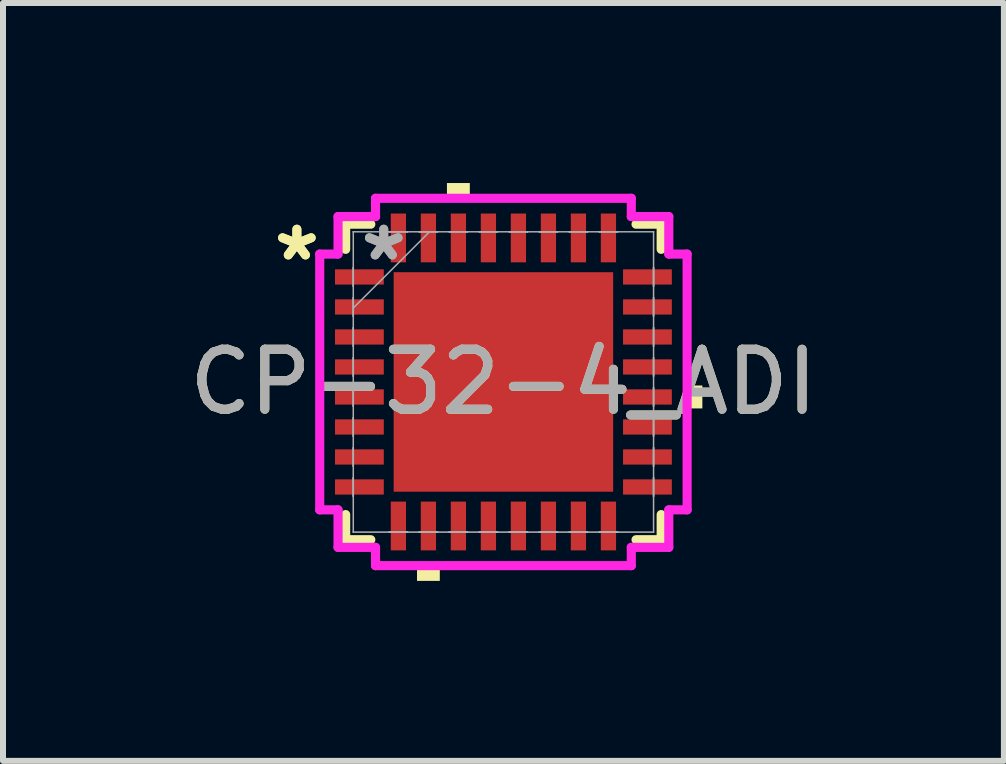
<source format=kicad_pcb>
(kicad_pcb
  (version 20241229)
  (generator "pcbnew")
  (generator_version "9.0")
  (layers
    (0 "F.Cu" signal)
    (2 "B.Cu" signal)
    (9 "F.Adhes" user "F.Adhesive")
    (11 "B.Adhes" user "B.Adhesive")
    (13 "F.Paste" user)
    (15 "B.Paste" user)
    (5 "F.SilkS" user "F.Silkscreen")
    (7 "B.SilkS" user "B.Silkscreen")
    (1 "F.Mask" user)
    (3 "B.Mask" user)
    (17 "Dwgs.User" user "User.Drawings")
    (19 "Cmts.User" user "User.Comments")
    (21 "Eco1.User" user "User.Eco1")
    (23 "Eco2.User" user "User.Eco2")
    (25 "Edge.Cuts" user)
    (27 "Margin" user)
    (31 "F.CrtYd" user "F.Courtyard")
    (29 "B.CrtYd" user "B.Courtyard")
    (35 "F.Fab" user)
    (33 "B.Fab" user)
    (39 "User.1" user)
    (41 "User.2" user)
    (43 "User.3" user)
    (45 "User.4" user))
  (footprint "CP-32-4_ADI"
    (layer "F.Cu")
    (at 5.339 3.315)
    (property "Reference" "CP-32-4_ADI" (at 0 0 0) (unlocked yes) (layer "F.SilkS") (effects (font (size 1 1) (thickness 0.15))))
    (attr smd)
    (fp_line (start -2.629 -2.629) (end -2.629 -2.21) (stroke (width 0.152) (type solid)) (layer "F.SilkS"))
    (fp_line (start -2.629 2.21) (end -2.629 2.629) (stroke (width 0.152) (type solid)) (layer "F.SilkS"))
    (fp_line (start -2.629 2.629) (end -2.21 2.629) (stroke (width 0.152) (type solid)) (layer "F.SilkS"))
    (fp_line (start -2.21 -2.629) (end -2.629 -2.629) (stroke (width 0.152) (type solid)) (layer "F.SilkS"))
    (fp_line (start 2.21 2.629) (end 2.629 2.629) (stroke (width 0.152) (type solid)) (layer "F.SilkS"))
    (fp_line (start 2.629 -2.629) (end 2.21 -2.629) (stroke (width 0.152) (type solid)) (layer "F.SilkS"))
    (fp_line (start 2.629 -2.21) (end 2.629 -2.629) (stroke (width 0.152) (type solid)) (layer "F.SilkS"))
    (fp_line (start 2.629 2.629) (end 2.629 2.21) (stroke (width 0.152) (type solid)) (layer "F.SilkS"))
    (fp_poly (pts (xy -1.44 3.061) (xy -1.44 3.315) (xy -1.06 3.315) (xy -1.06 3.061)) (stroke (width 0) (type solid)) (fill yes) (layer "F.SilkS"))
    (fp_poly (pts (xy -0.941 -3.061) (xy -0.941 -3.315) (xy -0.56 -3.315) (xy -0.56 -3.061)) (stroke (width 0) (type solid)) (fill yes) (layer "F.SilkS"))
    (fp_poly (pts (xy 3.315 0.059) (xy 3.315 0.441) (xy 3.061 0.441) (xy 3.061 0.059)) (stroke (width 0) (type solid)) (fill yes) (layer "F.SilkS"))
    (fp_poly (pts (xy -1.729 -1.729) (xy -1.729 -0.1) (xy -0.1 -0.1) (xy -0.1 -1.729)) (stroke (width 0) (type solid)) (fill yes) (layer "F.Paste"))
    (fp_poly (pts (xy -1.729 0.1) (xy -1.729 1.729) (xy -0.1 1.729) (xy -0.1 0.1)) (stroke (width 0) (type solid)) (fill yes) (layer "F.Paste"))
    (fp_poly (pts (xy 0.1 -1.729) (xy 0.1 -0.1) (xy 1.729 -0.1) (xy 1.729 -1.729)) (stroke (width 0) (type solid)) (fill yes) (layer "F.Paste"))
    (fp_poly (pts (xy 0.1 0.1) (xy 0.1 1.729) (xy 1.729 1.729) (xy 1.729 0.1)) (stroke (width 0) (type solid)) (fill yes) (layer "F.Paste"))
    (fp_line (start -3.061 -2.131) (end -2.756 -2.131) (stroke (width 0.152) (type solid)) (layer "F.CrtYd"))
    (fp_line (start -3.061 2.131) (end -3.061 -2.131) (stroke (width 0.152) (type solid)) (layer "F.CrtYd"))
    (fp_line (start -2.756 -2.756) (end -2.131 -2.756) (stroke (width 0.152) (type solid)) (layer "F.CrtYd"))
    (fp_line (start -2.756 -2.131) (end -2.756 -2.756) (stroke (width 0.152) (type solid)) (layer "F.CrtYd"))
    (fp_line (start -2.756 2.131) (end -3.061 2.131) (stroke (width 0.152) (type solid)) (layer "F.CrtYd"))
    (fp_line (start -2.756 2.756) (end -2.756 2.131) (stroke (width 0.152) (type solid)) (layer "F.CrtYd"))
    (fp_line (start -2.131 -3.061) (end 2.131 -3.061) (stroke (width 0.152) (type solid)) (layer "F.CrtYd"))
    (fp_line (start -2.131 -2.756) (end -2.131 -3.061) (stroke (width 0.152) (type solid)) (layer "F.CrtYd"))
    (fp_line (start -2.131 2.756) (end -2.756 2.756) (stroke (width 0.152) (type solid)) (layer "F.CrtYd"))
    (fp_line (start -2.131 3.061) (end -2.131 2.756) (stroke (width 0.152) (type solid)) (layer "F.CrtYd"))
    (fp_line (start 2.131 -3.061) (end 2.131 -2.756) (stroke (width 0.152) (type solid)) (layer "F.CrtYd"))
    (fp_line (start 2.131 -2.756) (end 2.756 -2.756) (stroke (width 0.152) (type solid)) (layer "F.CrtYd"))
    (fp_line (start 2.131 2.756) (end 2.131 3.061) (stroke (width 0.152) (type solid)) (layer "F.CrtYd"))
    (fp_line (start 2.131 3.061) (end -2.131 3.061) (stroke (width 0.152) (type solid)) (layer "F.CrtYd"))
    (fp_line (start 2.756 -2.756) (end 2.756 -2.131) (stroke (width 0.152) (type solid)) (layer "F.CrtYd"))
    (fp_line (start 2.756 -2.131) (end 3.061 -2.131) (stroke (width 0.152) (type solid)) (layer "F.CrtYd"))
    (fp_line (start 2.756 2.131) (end 2.756 2.756) (stroke (width 0.152) (type solid)) (layer "F.CrtYd"))
    (fp_line (start 2.756 2.756) (end 2.131 2.756) (stroke (width 0.152) (type solid)) (layer "F.CrtYd"))
    (fp_line (start 3.061 -2.131) (end 3.061 2.131) (stroke (width 0.152) (type solid)) (layer "F.CrtYd"))
    (fp_line (start 3.061 2.131) (end 2.756 2.131) (stroke (width 0.152) (type solid)) (layer "F.CrtYd"))
    (fp_line (start -2.502 -2.502) (end -2.502 -2.502) (stroke (width 0.025) (type solid)) (layer "F.Fab"))
    (fp_line (start -2.502 -2.502) (end -2.502 2.502) (stroke (width 0.025) (type solid)) (layer "F.Fab"))
    (fp_line (start -2.502 -1.902) (end -2.502 -1.902) (stroke (width 0.025) (type solid)) (layer "F.Fab"))
    (fp_line (start -2.502 -1.902) (end -2.502 -1.598) (stroke (width 0.025) (type solid)) (layer "F.Fab"))
    (fp_line (start -2.502 -1.598) (end -2.502 -1.902) (stroke (width 0.025) (type solid)) (layer "F.Fab"))
    (fp_line (start -2.502 -1.598) (end -2.502 -1.598) (stroke (width 0.025) (type solid)) (layer "F.Fab"))
    (fp_line (start -2.502 -1.402) (end -2.502 -1.402) (stroke (width 0.025) (type solid)) (layer "F.Fab"))
    (fp_line (start -2.502 -1.402) (end -2.502 -1.098) (stroke (width 0.025) (type solid)) (layer "F.Fab"))
    (fp_line (start -2.502 -1.232) (end -1.232 -2.502) (stroke (width 0.025) (type solid)) (layer "F.Fab"))
    (fp_line (start -2.502 -1.098) (end -2.502 -1.402) (stroke (width 0.025) (type solid)) (layer "F.Fab"))
    (fp_line (start -2.502 -1.098) (end -2.502 -1.098) (stroke (width 0.025) (type solid)) (layer "F.Fab"))
    (fp_line (start -2.502 -0.902) (end -2.502 -0.902) (stroke (width 0.025) (type solid)) (layer "F.Fab"))
    (fp_line (start -2.502 -0.902) (end -2.502 -0.598) (stroke (width 0.025) (type solid)) (layer "F.Fab"))
    (fp_line (start -2.502 -0.598) (end -2.502 -0.902) (stroke (width 0.025) (type solid)) (layer "F.Fab"))
    (fp_line (start -2.502 -0.598) (end -2.502 -0.598) (stroke (width 0.025) (type solid)) (layer "F.Fab"))
    (fp_line (start -2.502 -0.402) (end -2.502 -0.402) (stroke (width 0.025) (type solid)) (layer "F.Fab"))
    (fp_line (start -2.502 -0.402) (end -2.502 -0.098) (stroke (width 0.025) (type solid)) (layer "F.Fab"))
    (fp_line (start -2.502 -0.098) (end -2.502 -0.402) (stroke (width 0.025) (type solid)) (layer "F.Fab"))
    (fp_line (start -2.502 -0.098) (end -2.502 -0.098) (stroke (width 0.025) (type solid)) (layer "F.Fab"))
    (fp_line (start -2.502 0.098) (end -2.502 0.098) (stroke (width 0.025) (type solid)) (layer "F.Fab"))
    (fp_line (start -2.502 0.098) (end -2.502 0.402) (stroke (width 0.025) (type solid)) (layer "F.Fab"))
    (fp_line (start -2.502 0.402) (end -2.502 0.098) (stroke (width 0.025) (type solid)) (layer "F.Fab"))
    (fp_line (start -2.502 0.402) (end -2.502 0.402) (stroke (width 0.025) (type solid)) (layer "F.Fab"))
    (fp_line (start -2.502 0.598) (end -2.502 0.598) (stroke (width 0.025) (type solid)) (layer "F.Fab"))
    (fp_line (start -2.502 0.598) (end -2.502 0.902) (stroke (width 0.025) (type solid)) (layer "F.Fab"))
    (fp_line (start -2.502 0.902) (end -2.502 0.598) (stroke (width 0.025) (type solid)) (layer "F.Fab"))
    (fp_line (start -2.502 0.902) (end -2.502 0.902) (stroke (width 0.025) (type solid)) (layer "F.Fab"))
    (fp_line (start -2.502 1.098) (end -2.502 1.098) (stroke (width 0.025) (type solid)) (layer "F.Fab"))
    (fp_line (start -2.502 1.098) (end -2.502 1.402) (stroke (width 0.025) (type solid)) (layer "F.Fab"))
    (fp_line (start -2.502 1.402) (end -2.502 1.098) (stroke (width 0.025) (type solid)) (layer "F.Fab"))
    (fp_line (start -2.502 1.402) (end -2.502 1.402) (stroke (width 0.025) (type solid)) (layer "F.Fab"))
    (fp_line (start -2.502 1.598) (end -2.502 1.598) (stroke (width 0.025) (type solid)) (layer "F.Fab"))
    (fp_line (start -2.502 1.598) (end -2.502 1.902) (stroke (width 0.025) (type solid)) (layer "F.Fab"))
    (fp_line (start -2.502 1.902) (end -2.502 1.598) (stroke (width 0.025) (type solid)) (layer "F.Fab"))
    (fp_line (start -2.502 1.902) (end -2.502 1.902) (stroke (width 0.025) (type solid)) (layer "F.Fab"))
    (fp_line (start -2.502 2.502) (end -2.502 2.502) (stroke (width 0.025) (type solid)) (layer "F.Fab"))
    (fp_line (start -2.502 2.502) (end 2.502 2.502) (stroke (width 0.025) (type solid)) (layer "F.Fab"))
    (fp_line (start -1.902 -2.502) (end -1.902 -2.502) (stroke (width 0.025) (type solid)) (layer "F.Fab"))
    (fp_line (start -1.902 -2.502) (end -1.598 -2.502) (stroke (width 0.025) (type solid)) (layer "F.Fab"))
    (fp_line (start -1.902 2.502) (end -1.902 2.502) (stroke (width 0.025) (type solid)) (layer "F.Fab"))
    (fp_line (start -1.902 2.502) (end -1.598 2.502) (stroke (width 0.025) (type solid)) (layer "F.Fab"))
    (fp_line (start -1.598 -2.502) (end -1.902 -2.502) (stroke (width 0.025) (type solid)) (layer "F.Fab"))
    (fp_line (start -1.598 -2.502) (end -1.598 -2.502) (stroke (width 0.025) (type solid)) (layer "F.Fab"))
    (fp_line (start -1.598 2.502) (end -1.902 2.502) (stroke (width 0.025) (type solid)) (layer "F.Fab"))
    (fp_line (start -1.598 2.502) (end -1.598 2.502) (stroke (width 0.025) (type solid)) (layer "F.Fab"))
    (fp_line (start -1.402 -2.502) (end -1.402 -2.502) (stroke (width 0.025) (type solid)) (layer "F.Fab"))
    (fp_line (start -1.402 -2.502) (end -1.098 -2.502) (stroke (width 0.025) (type solid)) (layer "F.Fab"))
    (fp_line (start -1.402 2.502) (end -1.402 2.502) (stroke (width 0.025) (type solid)) (layer "F.Fab"))
    (fp_line (start -1.402 2.502) (end -1.098 2.502) (stroke (width 0.025) (type solid)) (layer "F.Fab"))
    (fp_line (start -1.098 -2.502) (end -1.402 -2.502) (stroke (width 0.025) (type solid)) (layer "F.Fab"))
    (fp_line (start -1.098 -2.502) (end -1.098 -2.502) (stroke (width 0.025) (type solid)) (layer "F.Fab"))
    (fp_line (start -1.098 2.502) (end -1.402 2.502) (stroke (width 0.025) (type solid)) (layer "F.Fab"))
    (fp_line (start -1.098 2.502) (end -1.098 2.502) (stroke (width 0.025) (type solid)) (layer "F.Fab"))
    (fp_line (start -0.902 -2.502) (end -0.902 -2.502) (stroke (width 0.025) (type solid)) (layer "F.Fab"))
    (fp_line (start -0.902 -2.502) (end -0.598 -2.502) (stroke (width 0.025) (type solid)) (layer "F.Fab"))
    (fp_line (start -0.902 2.502) (end -0.902 2.502) (stroke (width 0.025) (type solid)) (layer "F.Fab"))
    (fp_line (start -0.902 2.502) (end -0.598 2.502) (stroke (width 0.025) (type solid)) (layer "F.Fab"))
    (fp_line (start -0.598 -2.502) (end -0.902 -2.502) (stroke (width 0.025) (type solid)) (layer "F.Fab"))
    (fp_line (start -0.598 -2.502) (end -0.598 -2.502) (stroke (width 0.025) (type solid)) (layer "F.Fab"))
    (fp_line (start -0.598 2.502) (end -0.902 2.502) (stroke (width 0.025) (type solid)) (layer "F.Fab"))
    (fp_line (start -0.598 2.502) (end -0.598 2.502) (stroke (width 0.025) (type solid)) (layer "F.Fab"))
    (fp_line (start -0.402 -2.502) (end -0.402 -2.502) (stroke (width 0.025) (type solid)) (layer "F.Fab"))
    (fp_line (start -0.402 -2.502) (end -0.098 -2.502) (stroke (width 0.025) (type solid)) (layer "F.Fab"))
    (fp_line (start -0.402 2.502) (end -0.402 2.502) (stroke (width 0.025) (type solid)) (layer "F.Fab"))
    (fp_line (start -0.402 2.502) (end -0.098 2.502) (stroke (width 0.025) (type solid)) (layer "F.Fab"))
    (fp_line (start -0.098 -2.502) (end -0.402 -2.502) (stroke (width 0.025) (type solid)) (layer "F.Fab"))
    (fp_line (start -0.098 -2.502) (end -0.098 -2.502) (stroke (width 0.025) (type solid)) (layer "F.Fab"))
    (fp_line (start -0.098 2.502) (end -0.402 2.502) (stroke (width 0.025) (type solid)) (layer "F.Fab"))
    (fp_line (start -0.098 2.502) (end -0.098 2.502) (stroke (width 0.025) (type solid)) (layer "F.Fab"))
    (fp_line (start 0.098 -2.502) (end 0.098 -2.502) (stroke (width 0.025) (type solid)) (layer "F.Fab"))
    (fp_line (start 0.098 -2.502) (end 0.402 -2.502) (stroke (width 0.025) (type solid)) (layer "F.Fab"))
    (fp_line (start 0.098 2.502) (end 0.098 2.502) (stroke (width 0.025) (type solid)) (layer "F.Fab"))
    (fp_line (start 0.098 2.502) (end 0.402 2.502) (stroke (width 0.025) (type solid)) (layer "F.Fab"))
    (fp_line (start 0.402 -2.502) (end 0.098 -2.502) (stroke (width 0.025) (type solid)) (layer "F.Fab"))
    (fp_line (start 0.402 -2.502) (end 0.402 -2.502) (stroke (width 0.025) (type solid)) (layer "F.Fab"))
    (fp_line (start 0.402 2.502) (end 0.098 2.502) (stroke (width 0.025) (type solid)) (layer "F.Fab"))
    (fp_line (start 0.402 2.502) (end 0.402 2.502) (stroke (width 0.025) (type solid)) (layer "F.Fab"))
    (fp_line (start 0.598 -2.502) (end 0.598 -2.502) (stroke (width 0.025) (type solid)) (layer "F.Fab"))
    (fp_line (start 0.598 -2.502) (end 0.902 -2.502) (stroke (width 0.025) (type solid)) (layer "F.Fab"))
    (fp_line (start 0.598 2.502) (end 0.598 2.502) (stroke (width 0.025) (type solid)) (layer "F.Fab"))
    (fp_line (start 0.598 2.502) (end 0.902 2.502) (stroke (width 0.025) (type solid)) (layer "F.Fab"))
    (fp_line (start 0.902 -2.502) (end 0.598 -2.502) (stroke (width 0.025) (type solid)) (layer "F.Fab"))
    (fp_line (start 0.902 -2.502) (end 0.902 -2.502) (stroke (width 0.025) (type solid)) (layer "F.Fab"))
    (fp_line (start 0.902 2.502) (end 0.598 2.502) (stroke (width 0.025) (type solid)) (layer "F.Fab"))
    (fp_line (start 0.902 2.502) (end 0.902 2.502) (stroke (width 0.025) (type solid)) (layer "F.Fab"))
    (fp_line (start 1.098 -2.502) (end 1.098 -2.502) (stroke (width 0.025) (type solid)) (layer "F.Fab"))
    (fp_line (start 1.098 -2.502) (end 1.402 -2.502) (stroke (width 0.025) (type solid)) (layer "F.Fab"))
    (fp_line (start 1.098 2.502) (end 1.098 2.502) (stroke (width 0.025) (type solid)) (layer "F.Fab"))
    (fp_line (start 1.098 2.502) (end 1.402 2.502) (stroke (width 0.025) (type solid)) (layer "F.Fab"))
    (fp_line (start 1.402 -2.502) (end 1.098 -2.502) (stroke (width 0.025) (type solid)) (layer "F.Fab"))
    (fp_line (start 1.402 -2.502) (end 1.402 -2.502) (stroke (width 0.025) (type solid)) (layer "F.Fab"))
    (fp_line (start 1.402 2.502) (end 1.098 2.502) (stroke (width 0.025) (type solid)) (layer "F.Fab"))
    (fp_line (start 1.402 2.502) (end 1.402 2.502) (stroke (width 0.025) (type solid)) (layer "F.Fab"))
    (fp_line (start 1.598 -2.502) (end 1.598 -2.502) (stroke (width 0.025) (type solid)) (layer "F.Fab"))
    (fp_line (start 1.598 -2.502) (end 1.902 -2.502) (stroke (width 0.025) (type solid)) (layer "F.Fab"))
    (fp_line (start 1.598 2.502) (end 1.598 2.502) (stroke (width 0.025) (type solid)) (layer "F.Fab"))
    (fp_line (start 1.598 2.502) (end 1.902 2.502) (stroke (width 0.025) (type solid)) (layer "F.Fab"))
    (fp_line (start 1.902 -2.502) (end 1.598 -2.502) (stroke (width 0.025) (type solid)) (layer "F.Fab"))
    (fp_line (start 1.902 -2.502) (end 1.902 -2.502) (stroke (width 0.025) (type solid)) (layer "F.Fab"))
    (fp_line (start 1.902 2.502) (end 1.598 2.502) (stroke (width 0.025) (type solid)) (layer "F.Fab"))
    (fp_line (start 1.902 2.502) (end 1.902 2.502) (stroke (width 0.025) (type solid)) (layer "F.Fab"))
    (fp_line (start 2.502 -2.502) (end -2.502 -2.502) (stroke (width 0.025) (type solid)) (layer "F.Fab"))
    (fp_line (start 2.502 -2.502) (end 2.502 -2.502) (stroke (width 0.025) (type solid)) (layer "F.Fab"))
    (fp_line (start 2.502 -1.902) (end 2.502 -1.902) (stroke (width 0.025) (type solid)) (layer "F.Fab"))
    (fp_line (start 2.502 -1.902) (end 2.502 -1.598) (stroke (width 0.025) (type solid)) (layer "F.Fab"))
    (fp_line (start 2.502 -1.598) (end 2.502 -1.902) (stroke (width 0.025) (type solid)) (layer "F.Fab"))
    (fp_line (start 2.502 -1.598) (end 2.502 -1.598) (stroke (width 0.025) (type solid)) (layer "F.Fab"))
    (fp_line (start 2.502 -1.402) (end 2.502 -1.402) (stroke (width 0.025) (type solid)) (layer "F.Fab"))
    (fp_line (start 2.502 -1.402) (end 2.502 -1.098) (stroke (width 0.025) (type solid)) (layer "F.Fab"))
    (fp_line (start 2.502 -1.098) (end 2.502 -1.402) (stroke (width 0.025) (type solid)) (layer "F.Fab"))
    (fp_line (start 2.502 -1.098) (end 2.502 -1.098) (stroke (width 0.025) (type solid)) (layer "F.Fab"))
    (fp_line (start 2.502 -0.902) (end 2.502 -0.902) (stroke (width 0.025) (type solid)) (layer "F.Fab"))
    (fp_line (start 2.502 -0.902) (end 2.502 -0.598) (stroke (width 0.025) (type solid)) (layer "F.Fab"))
    (fp_line (start 2.502 -0.598) (end 2.502 -0.902) (stroke (width 0.025) (type solid)) (layer "F.Fab"))
    (fp_line (start 2.502 -0.598) (end 2.502 -0.598) (stroke (width 0.025) (type solid)) (layer "F.Fab"))
    (fp_line (start 2.502 -0.402) (end 2.502 -0.402) (stroke (width 0.025) (type solid)) (layer "F.Fab"))
    (fp_line (start 2.502 -0.402) (end 2.502 -0.098) (stroke (width 0.025) (type solid)) (layer "F.Fab"))
    (fp_line (start 2.502 -0.098) (end 2.502 -0.402) (stroke (width 0.025) (type solid)) (layer "F.Fab"))
    (fp_line (start 2.502 -0.098) (end 2.502 -0.098) (stroke (width 0.025) (type solid)) (layer "F.Fab"))
    (fp_line (start 2.502 0.098) (end 2.502 0.098) (stroke (width 0.025) (type solid)) (layer "F.Fab"))
    (fp_line (start 2.502 0.098) (end 2.502 0.402) (stroke (width 0.025) (type solid)) (layer "F.Fab"))
    (fp_line (start 2.502 0.402) (end 2.502 0.098) (stroke (width 0.025) (type solid)) (layer "F.Fab"))
    (fp_line (start 2.502 0.402) (end 2.502 0.402) (stroke (width 0.025) (type solid)) (layer "F.Fab"))
    (fp_line (start 2.502 0.598) (end 2.502 0.598) (stroke (width 0.025) (type solid)) (layer "F.Fab"))
    (fp_line (start 2.502 0.598) (end 2.502 0.902) (stroke (width 0.025) (type solid)) (layer "F.Fab"))
    (fp_line (start 2.502 0.902) (end 2.502 0.598) (stroke (width 0.025) (type solid)) (layer "F.Fab"))
    (fp_line (start 2.502 0.902) (end 2.502 0.902) (stroke (width 0.025) (type solid)) (layer "F.Fab"))
    (fp_line (start 2.502 1.098) (end 2.502 1.098) (stroke (width 0.025) (type solid)) (layer "F.Fab"))
    (fp_line (start 2.502 1.098) (end 2.502 1.402) (stroke (width 0.025) (type solid)) (layer "F.Fab"))
    (fp_line (start 2.502 1.402) (end 2.502 1.098) (stroke (width 0.025) (type solid)) (layer "F.Fab"))
    (fp_line (start 2.502 1.402) (end 2.502 1.402) (stroke (width 0.025) (type solid)) (layer "F.Fab"))
    (fp_line (start 2.502 1.598) (end 2.502 1.598) (stroke (width 0.025) (type solid)) (layer "F.Fab"))
    (fp_line (start 2.502 1.598) (end 2.502 1.902) (stroke (width 0.025) (type solid)) (layer "F.Fab"))
    (fp_line (start 2.502 1.902) (end 2.502 1.598) (stroke (width 0.025) (type solid)) (layer "F.Fab"))
    (fp_line (start 2.502 1.902) (end 2.502 1.902) (stroke (width 0.025) (type solid)) (layer "F.Fab"))
    (fp_line (start 2.502 2.502) (end 2.502 -2.502) (stroke (width 0.025) (type solid)) (layer "F.Fab"))
    (fp_line (start 2.502 2.502) (end 2.502 2.502) (stroke (width 0.025) (type solid)) (layer "F.Fab"))
    (fp_text user "*" (at -3.442 -2 0) (unlocked yes) (layer "F.SilkS") (effects (font (size 1 1) (thickness 0.15))))
    (fp_text user "*" (at -3.442 -2 0) (layer "F.SilkS") (effects (font (size 1 1) (thickness 0.15))))
    (fp_text user "${REFERENCE}" (at 0 0 0) (unlocked yes) (layer "F.Fab") (effects (font (size 1 1) (thickness 0.15))))
    (fp_text user "*" (at -1.994 -2 0) (layer "F.Fab") (effects (font (size 1 1) (thickness 0.15))))
    (fp_text user "*" (at -1.994 -2 0) (unlocked yes) (layer "F.Fab") (effects (font (size 1 1) (thickness 0.15))))
    (pad "1" smd rect (at -2.4 -1.75 90) (size 0.254 0.813) (layers "F.Cu" "F.Mask" "F.Paste"))
    (pad "2" smd rect (at -2.4 -1.25 90) (size 0.254 0.813) (layers "F.Cu" "F.Mask" "F.Paste"))
    (pad "3" smd rect (at -2.4 -0.75 90) (size 0.254 0.813) (layers "F.Cu" "F.Mask" "F.Paste"))
    (pad "4" smd rect (at -2.4 -0.25 90) (size 0.254 0.813) (layers "F.Cu" "F.Mask" "F.Paste"))
    (pad "5" smd rect (at -2.4 0.25 90) (size 0.254 0.813) (layers "F.Cu" "F.Mask" "F.Paste"))
    (pad "6" smd rect (at -2.4 0.75 90) (size 0.254 0.813) (layers "F.Cu" "F.Mask" "F.Paste"))
    (pad "7" smd rect (at -2.4 1.25 90) (size 0.254 0.813) (layers "F.Cu" "F.Mask" "F.Paste"))
    (pad "8" smd rect (at -2.4 1.75 90) (size 0.254 0.813) (layers "F.Cu" "F.Mask" "F.Paste"))
    (pad "9" smd rect (at -1.75 2.4) (size 0.254 0.813) (layers "F.Cu" "F.Mask" "F.Paste"))
    (pad "10" smd rect (at -1.25 2.4) (size 0.254 0.813) (layers "F.Cu" "F.Mask" "F.Paste"))
    (pad "11" smd rect (at -0.75 2.4) (size 0.254 0.813) (layers "F.Cu" "F.Mask" "F.Paste"))
    (pad "12" smd rect (at -0.25 2.4) (size 0.254 0.813) (layers "F.Cu" "F.Mask" "F.Paste"))
    (pad "13" smd rect (at 0.25 2.4) (size 0.254 0.813) (layers "F.Cu" "F.Mask" "F.Paste"))
    (pad "14" smd rect (at 0.75 2.4) (size 0.254 0.813) (layers "F.Cu" "F.Mask" "F.Paste"))
    (pad "15" smd rect (at 1.25 2.4) (size 0.254 0.813) (layers "F.Cu" "F.Mask" "F.Paste"))
    (pad "16" smd rect (at 1.75 2.4) (size 0.254 0.813) (layers "F.Cu" "F.Mask" "F.Paste"))
    (pad "17" smd rect (at 2.4 1.75 90) (size 0.254 0.813) (layers "F.Cu" "F.Mask" "F.Paste"))
    (pad "18" smd rect (at 2.4 1.25 90) (size 0.254 0.813) (layers "F.Cu" "F.Mask" "F.Paste"))
    (pad "19" smd rect (at 2.4 0.75 90) (size 0.254 0.813) (layers "F.Cu" "F.Mask" "F.Paste"))
    (pad "20" smd rect (at 2.4 0.25 90) (size 0.254 0.813) (layers "F.Cu" "F.Mask" "F.Paste"))
    (pad "21" smd rect (at 2.4 -0.25 90) (size 0.254 0.813) (layers "F.Cu" "F.Mask" "F.Paste"))
    (pad "22" smd rect (at 2.4 -0.75 90) (size 0.254 0.813) (layers "F.Cu" "F.Mask" "F.Paste"))
    (pad "23" smd rect (at 2.4 -1.25 90) (size 0.254 0.813) (layers "F.Cu" "F.Mask" "F.Paste"))
    (pad "24" smd rect (at 2.4 -1.75 90) (size 0.254 0.813) (layers "F.Cu" "F.Mask" "F.Paste"))
    (pad "25" smd rect (at 1.75 -2.4) (size 0.254 0.813) (layers "F.Cu" "F.Mask" "F.Paste"))
    (pad "26" smd rect (at 1.25 -2.4) (size 0.254 0.813) (layers "F.Cu" "F.Mask" "F.Paste"))
    (pad "27" smd rect (at 0.75 -2.4) (size 0.254 0.813) (layers "F.Cu" "F.Mask" "F.Paste"))
    (pad "28" smd rect (at 0.25 -2.4) (size 0.254 0.813) (layers "F.Cu" "F.Mask" "F.Paste"))
    (pad "29" smd rect (at -0.25 -2.4) (size 0.254 0.813) (layers "F.Cu" "F.Mask" "F.Paste"))
    (pad "30" smd rect (at -0.75 -2.4) (size 0.254 0.813) (layers "F.Cu" "F.Mask" "F.Paste"))
    (pad "31" smd rect (at -1.25 -2.4) (size 0.254 0.813) (layers "F.Cu" "F.Mask" "F.Paste"))
    (pad "32" smd rect (at -1.75 -2.4) (size 0.254 0.813) (layers "F.Cu" "F.Mask" "F.Paste"))
    (pad "33" smd rect (at 0 0) (size 3.658 3.658) (layers "F.Cu" "F.Mask")))
  (gr_rect
    (start -3 -3)
    (end 13.679 9.629)
    (stroke (width 0.1) (type default))
    (fill no)
    (layer "Edge.Cuts")))
</source>
